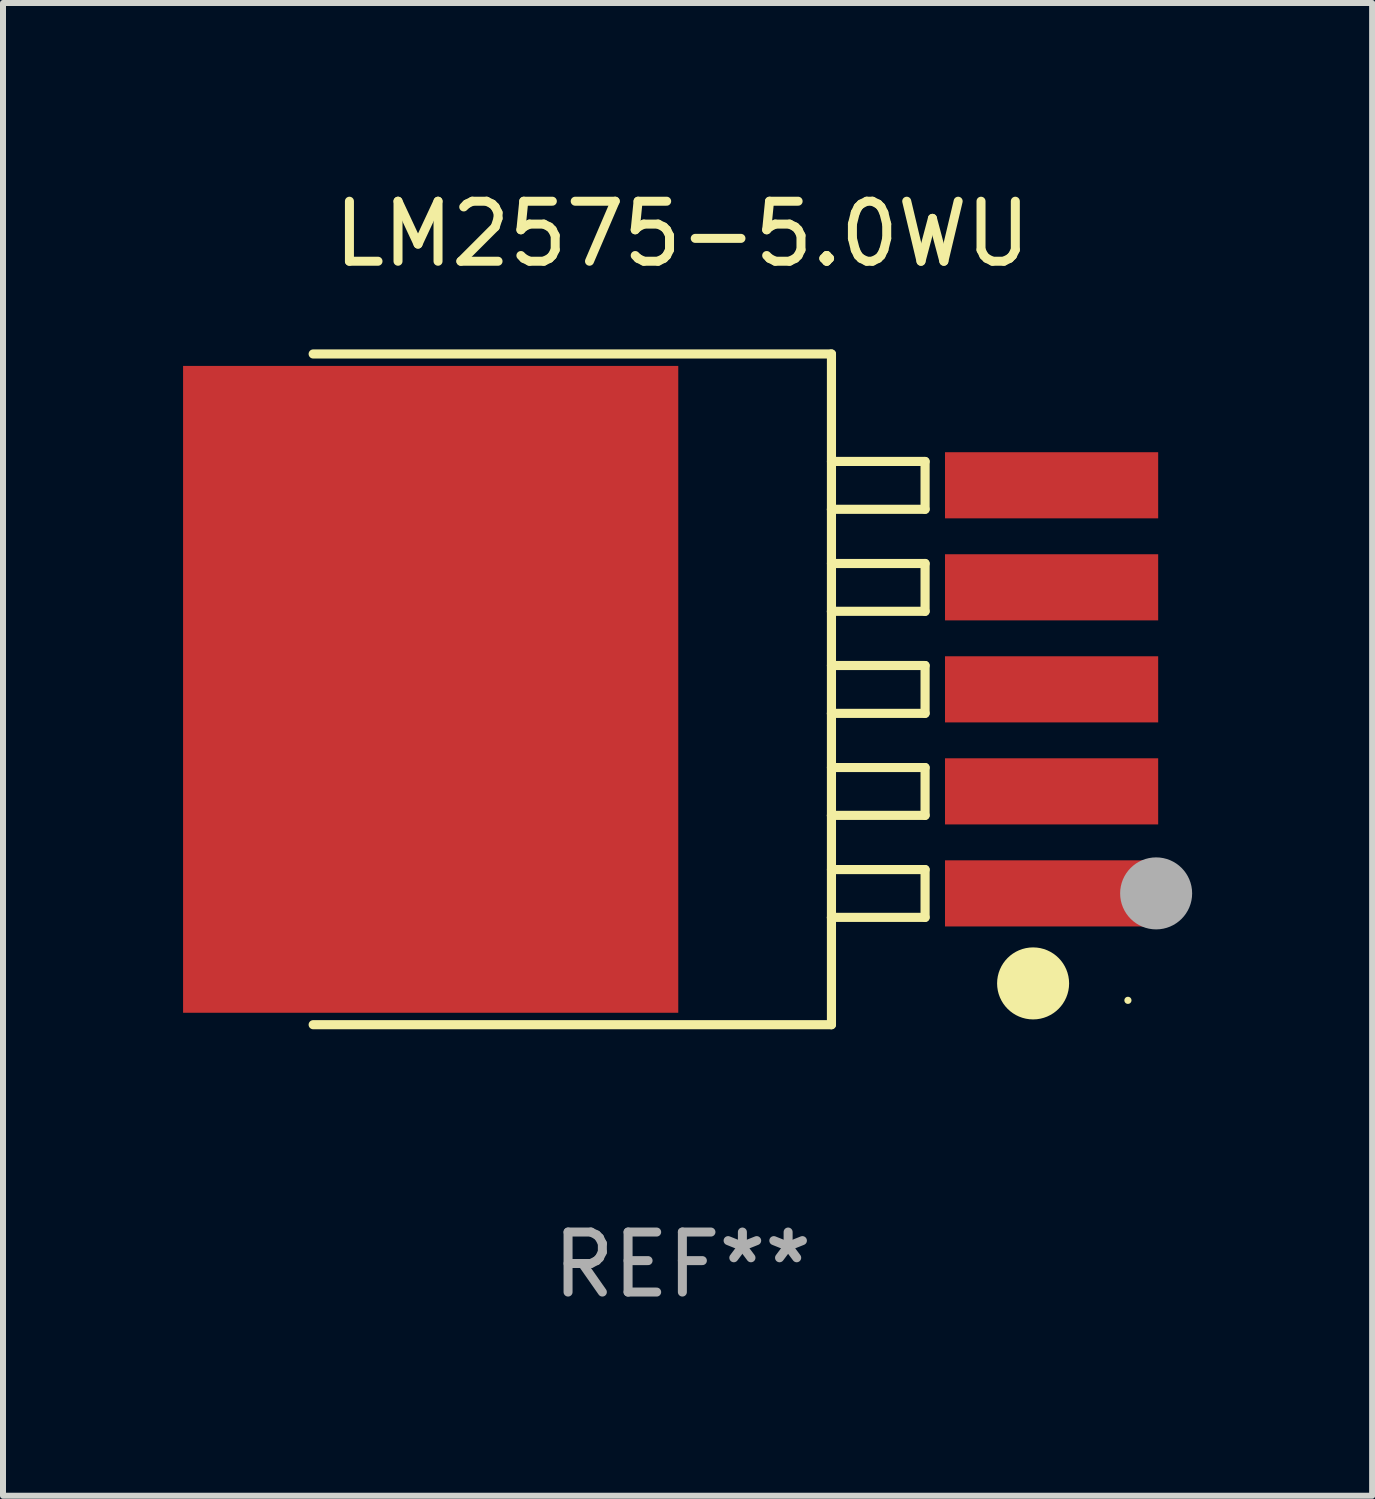
<source format=kicad_pcb>
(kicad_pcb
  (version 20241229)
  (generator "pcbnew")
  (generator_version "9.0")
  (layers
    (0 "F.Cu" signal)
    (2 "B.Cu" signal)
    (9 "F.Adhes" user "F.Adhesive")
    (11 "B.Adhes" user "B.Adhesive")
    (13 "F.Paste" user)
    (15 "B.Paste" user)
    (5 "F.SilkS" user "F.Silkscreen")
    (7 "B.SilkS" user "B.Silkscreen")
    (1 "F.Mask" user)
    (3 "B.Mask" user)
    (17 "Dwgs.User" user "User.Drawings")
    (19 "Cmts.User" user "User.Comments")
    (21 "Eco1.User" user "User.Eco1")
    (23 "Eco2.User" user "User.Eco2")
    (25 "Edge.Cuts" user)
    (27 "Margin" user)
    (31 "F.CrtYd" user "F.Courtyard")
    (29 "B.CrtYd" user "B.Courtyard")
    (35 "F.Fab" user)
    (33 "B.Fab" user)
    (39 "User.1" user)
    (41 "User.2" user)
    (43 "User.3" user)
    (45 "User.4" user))
  (footprint "LM2575-5.0WU"
    (layer "F.Cu")
    (at 8.32 8.436)
    (property "Reference" "LM2575-5.0WU" (at 0 -7.588 0) (layer "F.SilkS") (effects (font (size 1 1) (thickness 0.15))))
    (attr through_hole)
    (fp_line (start -6.152 -5.588) (end 2.484 -5.588) (stroke (width 0.152) (type solid)) (layer "F.SilkS"))
    (fp_line (start 2.484 -5.588) (end 2.484 5.588) (stroke (width 0.152) (type solid)) (layer "F.SilkS"))
    (fp_line (start 2.484 -3.797) (end 4.044 -3.797) (stroke (width 0.152) (type solid)) (layer "F.SilkS"))
    (fp_line (start 2.484 -3) (end 2.484 -2.993) (stroke (width 0.152) (type solid)) (layer "F.SilkS"))
    (fp_line (start 2.484 -0.397) (end 4.044 -0.397) (stroke (width 0.152) (type solid)) (layer "F.SilkS"))
    (fp_line (start 2.484 0.4) (end 2.484 0.408) (stroke (width 0.152) (type solid)) (layer "F.SilkS"))
    (fp_line (start 2.484 3.003) (end 4.044 3.003) (stroke (width 0.152) (type solid)) (layer "F.SilkS"))
    (fp_line (start 2.484 3.8) (end 2.484 3.808) (stroke (width 0.152) (type solid)) (layer "F.SilkS"))
    (fp_line (start 2.484 5.588) (end -6.152 5.588) (stroke (width 0.152) (type solid)) (layer "F.SilkS"))
    (fp_line (start 2.484 -2.097) (end 4.044 -2.097) (stroke (width 0.152) (type solid)) (layer "F.SilkS"))
    (fp_line (start 2.484 -1.3) (end 2.484 -1.293) (stroke (width 0.152) (type solid)) (layer "F.SilkS"))
    (fp_line (start 2.484 1.303) (end 4.044 1.303) (stroke (width 0.152) (type solid)) (layer "F.SilkS"))
    (fp_line (start 2.484 2.1) (end 2.484 2.107) (stroke (width 0.152) (type solid)) (layer "F.SilkS"))
    (fp_line (start 4.044 -3.797) (end 4.044 -3) (stroke (width 0.152) (type solid)) (layer "F.SilkS"))
    (fp_line (start 4.044 -3) (end 2.484 -3) (stroke (width 0.152) (type solid)) (layer "F.SilkS"))
    (fp_line (start 4.044 -0.397) (end 4.044 0.4) (stroke (width 0.152) (type solid)) (layer "F.SilkS"))
    (fp_line (start 4.044 0.4) (end 2.484 0.4) (stroke (width 0.152) (type solid)) (layer "F.SilkS"))
    (fp_line (start 4.044 3.003) (end 4.044 3.8) (stroke (width 0.152) (type solid)) (layer "F.SilkS"))
    (fp_line (start 4.044 3.8) (end 2.484 3.8) (stroke (width 0.152) (type solid)) (layer "F.SilkS"))
    (fp_line (start 4.044 1.303) (end 4.044 2.1) (stroke (width 0.152) (type solid)) (layer "F.SilkS"))
    (fp_line (start 4.044 2.1) (end 2.484 2.1) (stroke (width 0.152) (type solid)) (layer "F.SilkS"))
    (fp_line (start 4.044 -2.097) (end 4.044 -1.3) (stroke (width 0.152) (type solid)) (layer "F.SilkS"))
    (fp_line (start 4.044 -1.3) (end 2.484 -1.3) (stroke (width 0.152) (type solid)) (layer "F.SilkS"))
    (fp_circle (center 5.844 4.9) (end 6.144 4.9) (stroke (width 0.6) (type solid)) (fill no) (layer "F.SilkS"))
    (fp_circle (center 7.424 5.182) (end 7.454 5.182) (stroke (width 0.06) (type solid)) (fill no) (layer "F.SilkS"))
    (fp_circle (center 7.894 3.4) (end 8.194 3.4) (stroke (width 0.6) (type solid)) (fill no) (layer "F.Fab"))
    (fp_text user "REF**" (at 0 9.588 0) (layer "F.Fab") (effects (font (size 1 1) (thickness 0.15))))
    (pad "1" smd rect (at 6.152 3.4 180) (size 3.552 1.102) (layers "F.Cu" "F.Mask" "F.Paste"))
    (pad "2" smd rect (at 6.152 1.7 180) (size 3.552 1.102) (layers "F.Cu" "F.Mask" "F.Paste"))
    (pad "3" smd rect (at 6.152 0.000051 180) (size 3.552 1.102) (layers "F.Cu" "F.Mask" "F.Paste"))
    (pad "4" smd rect (at 6.152 -1.7 180) (size 3.552 1.102) (layers "F.Cu" "F.Mask" "F.Paste"))
    (pad "5" smd rect (at 6.152 -3.4 180) (size 3.552 1.102) (layers "F.Cu" "F.Mask" "F.Paste"))
    (pad "6" smd rect (at -4.194 0.000051 180) (size 8.251 10.778) (layers "F.Cu" "F.Mask" "F.Paste")))
  (gr_rect
    (start -3 -3)
    (end 19.813 21.873)
    (stroke (width 0.1) (type default))
    (fill no)
    (layer "Edge.Cuts")))
</source>
